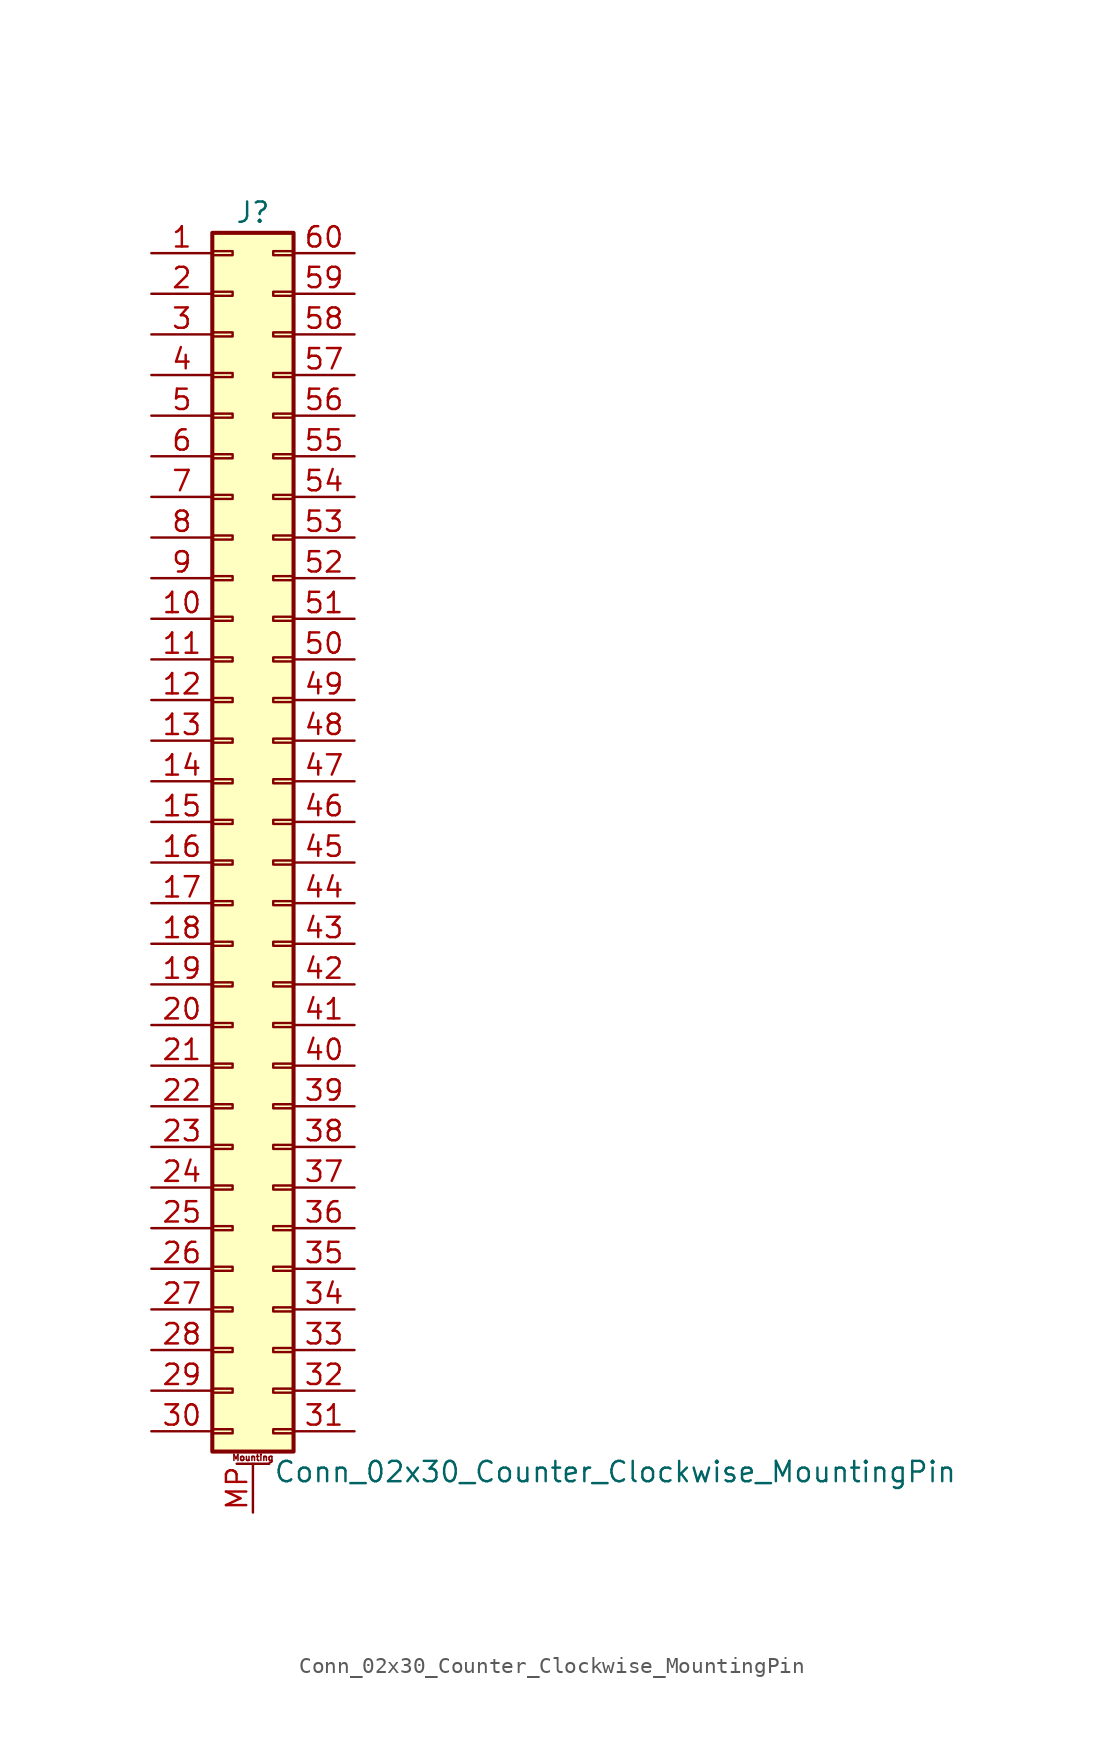
<source format=kicad_sym>
(kicad_symbol_lib
  (version 20201005)
  (generator kicad_symbol_editor)
  (symbol "Conn_02x30_Counter_Clockwise_MountingPin"
    (pin_names
      (offset 1.016) hide)
    (property "Reference" "J"
      (at 1.27 38.1 0)
      (effects (font (size 1.27 1.27))))
    (property "Value" "Conn_02x30_Counter_Clockwise_MountingPin"
      (at 2.54 -40.64 0)
      (effects (font (size 1.27 1.27)) (justify left)))
    (symbol "Conn_02x30_Counter_Clockwise_MountingPin_1_1"
      (text "Mounting" (at 1.27 -39.751 0) (effects (font (size 0.381 0.381))))
      (rectangle (start -1.27 -37.973) (end 0 -38.227) (stroke (width 0.152)) (fill (type none)))
      (rectangle (start -1.27 -35.433) (end 0 -35.687) (stroke (width 0.152)) (fill (type none)))
      (rectangle (start -1.27 -32.893) (end 0 -33.147) (stroke (width 0.152)) (fill (type none)))
      (rectangle (start -1.27 -30.353) (end 0 -30.607) (stroke (width 0.152)) (fill (type none)))
      (rectangle (start -1.27 -27.813) (end 0 -28.067) (stroke (width 0.152)) (fill (type none)))
      (rectangle (start -1.27 -25.273) (end 0 -25.527) (stroke (width 0.152)) (fill (type none)))
      (rectangle (start -1.27 -22.733) (end 0 -22.987) (stroke (width 0.152)) (fill (type none)))
      (rectangle (start -1.27 -20.193) (end 0 -20.447) (stroke (width 0.152)) (fill (type none)))
      (rectangle (start -1.27 -17.653) (end 0 -17.907) (stroke (width 0.152)) (fill (type none)))
      (rectangle (start -1.27 -15.113) (end 0 -15.367) (stroke (width 0.152)) (fill (type none)))
      (rectangle (start -1.27 -12.573) (end 0 -12.827) (stroke (width 0.152)) (fill (type none)))
      (rectangle (start -1.27 -10.033) (end 0 -10.287) (stroke (width 0.152)) (fill (type none)))
      (rectangle (start -1.27 -7.493) (end 0 -7.747) (stroke (width 0.152)) (fill (type none)))
      (rectangle (start -1.27 -4.953) (end 0 -5.207) (stroke (width 0.152)) (fill (type none)))
      (rectangle (start -1.27 -2.413) (end 0 -2.667) (stroke (width 0.152)) (fill (type none)))
      (rectangle (start -1.27 0.127) (end 0 -0.127) (stroke (width 0.152)) (fill (type none)))
      (rectangle (start -1.27 2.667) (end 0 2.413) (stroke (width 0.152)) (fill (type none)))
      (rectangle (start -1.27 5.207) (end 0 4.953) (stroke (width 0.152)) (fill (type none)))
      (rectangle (start -1.27 7.747) (end 0 7.493) (stroke (width 0.152)) (fill (type none)))
      (rectangle (start -1.27 10.287) (end 0 10.033) (stroke (width 0.152)) (fill (type none)))
      (rectangle (start -1.27 12.827) (end 0 12.573) (stroke (width 0.152)) (fill (type none)))
      (rectangle (start -1.27 15.367) (end 0 15.113) (stroke (width 0.152)) (fill (type none)))
      (rectangle (start -1.27 17.907) (end 0 17.653) (stroke (width 0.152)) (fill (type none)))
      (rectangle (start -1.27 20.447) (end 0 20.193) (stroke (width 0.152)) (fill (type none)))
      (rectangle (start -1.27 22.987) (end 0 22.733) (stroke (width 0.152)) (fill (type none)))
      (rectangle (start -1.27 25.527) (end 0 25.273) (stroke (width 0.152)) (fill (type none)))
      (rectangle (start -1.27 28.067) (end 0 27.813) (stroke (width 0.152)) (fill (type none)))
      (rectangle (start -1.27 30.607) (end 0 30.353) (stroke (width 0.152)) (fill (type none)))
      (rectangle (start -1.27 33.147) (end 0 32.893) (stroke (width 0.152)) (fill (type none)))
      (rectangle (start -1.27 35.687) (end 0 35.433) (stroke (width 0.152)) (fill (type none)))
      (rectangle (start 3.81 -37.973) (end 2.54 -38.227) (stroke (width 0.152)) (fill (type none)))
      (rectangle (start 3.81 -35.433) (end 2.54 -35.687) (stroke (width 0.152)) (fill (type none)))
      (rectangle (start 3.81 -32.893) (end 2.54 -33.147) (stroke (width 0.152)) (fill (type none)))
      (rectangle (start 3.81 -30.353) (end 2.54 -30.607) (stroke (width 0.152)) (fill (type none)))
      (rectangle (start 3.81 -27.813) (end 2.54 -28.067) (stroke (width 0.152)) (fill (type none)))
      (rectangle (start 3.81 -25.273) (end 2.54 -25.527) (stroke (width 0.152)) (fill (type none)))
      (rectangle (start 3.81 -22.733) (end 2.54 -22.987) (stroke (width 0.152)) (fill (type none)))
      (rectangle (start 3.81 -20.193) (end 2.54 -20.447) (stroke (width 0.152)) (fill (type none)))
      (rectangle (start 3.81 -17.653) (end 2.54 -17.907) (stroke (width 0.152)) (fill (type none)))
      (rectangle (start 3.81 -15.113) (end 2.54 -15.367) (stroke (width 0.152)) (fill (type none)))
      (rectangle (start 3.81 -12.573) (end 2.54 -12.827) (stroke (width 0.152)) (fill (type none)))
      (rectangle (start 3.81 -10.033) (end 2.54 -10.287) (stroke (width 0.152)) (fill (type none)))
      (rectangle (start 3.81 -7.493) (end 2.54 -7.747) (stroke (width 0.152)) (fill (type none)))
      (rectangle (start 3.81 -4.953) (end 2.54 -5.207) (stroke (width 0.152)) (fill (type none)))
      (rectangle (start 3.81 -2.413) (end 2.54 -2.667) (stroke (width 0.152)) (fill (type none)))
      (rectangle (start 3.81 0.127) (end 2.54 -0.127) (stroke (width 0.152)) (fill (type none)))
      (rectangle (start 3.81 2.667) (end 2.54 2.413) (stroke (width 0.152)) (fill (type none)))
      (rectangle (start 3.81 5.207) (end 2.54 4.953) (stroke (width 0.152)) (fill (type none)))
      (rectangle (start 3.81 7.747) (end 2.54 7.493) (stroke (width 0.152)) (fill (type none)))
      (rectangle (start 3.81 10.287) (end 2.54 10.033) (stroke (width 0.152)) (fill (type none)))
      (rectangle (start 3.81 12.827) (end 2.54 12.573) (stroke (width 0.152)) (fill (type none)))
      (rectangle (start 3.81 15.367) (end 2.54 15.113) (stroke (width 0.152)) (fill (type none)))
      (rectangle (start 3.81 17.907) (end 2.54 17.653) (stroke (width 0.152)) (fill (type none)))
      (rectangle (start 3.81 20.447) (end 2.54 20.193) (stroke (width 0.152)) (fill (type none)))
      (rectangle (start 3.81 22.987) (end 2.54 22.733) (stroke (width 0.152)) (fill (type none)))
      (rectangle (start 3.81 25.527) (end 2.54 25.273) (stroke (width 0.152)) (fill (type none)))
      (rectangle (start 3.81 28.067) (end 2.54 27.813) (stroke (width 0.152)) (fill (type none)))
      (rectangle (start 3.81 30.607) (end 2.54 30.353) (stroke (width 0.152)) (fill (type none)))
      (rectangle (start 3.81 33.147) (end 2.54 32.893) (stroke (width 0.152)) (fill (type none)))
      (rectangle (start 3.81 35.687) (end 2.54 35.433) (stroke (width 0.152)) (fill (type none)))
      (rectangle (start -1.27 36.83) (end 3.81 -39.37) (stroke (width 0.254)) (fill (type background)))
      (polyline (pts (xy 0.254 -40.132) (xy 2.286 -40.132)) (stroke (width 0.152)) (fill (type none)))
      (pin passive line (at -5.08 35.56 0) (length 3.81) (name "Pin_1" (effects (font (size 1.27 1.27)))) (number "1" (effects (font (size 1.27 1.27)))))
      (pin passive line (at -5.08 12.7 0) (length 3.81) (name "Pin_10" (effects (font (size 1.27 1.27)))) (number "10" (effects (font (size 1.27 1.27)))))
      (pin passive line (at -5.08 10.16 0) (length 3.81) (name "Pin_11" (effects (font (size 1.27 1.27)))) (number "11" (effects (font (size 1.27 1.27)))))
      (pin passive line (at -5.08 7.62 0) (length 3.81) (name "Pin_12" (effects (font (size 1.27 1.27)))) (number "12" (effects (font (size 1.27 1.27)))))
      (pin passive line (at -5.08 5.08 0) (length 3.81) (name "Pin_13" (effects (font (size 1.27 1.27)))) (number "13" (effects (font (size 1.27 1.27)))))
      (pin passive line (at -5.08 2.54 0) (length 3.81) (name "Pin_14" (effects (font (size 1.27 1.27)))) (number "14" (effects (font (size 1.27 1.27)))))
      (pin passive line (at -5.08 0 0) (length 3.81) (name "Pin_15" (effects (font (size 1.27 1.27)))) (number "15" (effects (font (size 1.27 1.27)))))
      (pin passive line (at -5.08 -2.54 0) (length 3.81) (name "Pin_16" (effects (font (size 1.27 1.27)))) (number "16" (effects (font (size 1.27 1.27)))))
      (pin passive line (at -5.08 -5.08 0) (length 3.81) (name "Pin_17" (effects (font (size 1.27 1.27)))) (number "17" (effects (font (size 1.27 1.27)))))
      (pin passive line (at -5.08 -7.62 0) (length 3.81) (name "Pin_18" (effects (font (size 1.27 1.27)))) (number "18" (effects (font (size 1.27 1.27)))))
      (pin passive line (at -5.08 -10.16 0) (length 3.81) (name "Pin_19" (effects (font (size 1.27 1.27)))) (number "19" (effects (font (size 1.27 1.27)))))
      (pin passive line (at -5.08 33.02 0) (length 3.81) (name "Pin_2" (effects (font (size 1.27 1.27)))) (number "2" (effects (font (size 1.27 1.27)))))
      (pin passive line (at -5.08 -12.7 0) (length 3.81) (name "Pin_20" (effects (font (size 1.27 1.27)))) (number "20" (effects (font (size 1.27 1.27)))))
      (pin passive line (at -5.08 -15.24 0) (length 3.81) (name "Pin_21" (effects (font (size 1.27 1.27)))) (number "21" (effects (font (size 1.27 1.27)))))
      (pin passive line (at -5.08 -17.78 0) (length 3.81) (name "Pin_22" (effects (font (size 1.27 1.27)))) (number "22" (effects (font (size 1.27 1.27)))))
      (pin passive line (at -5.08 -20.32 0) (length 3.81) (name "Pin_23" (effects (font (size 1.27 1.27)))) (number "23" (effects (font (size 1.27 1.27)))))
      (pin passive line (at -5.08 -22.86 0) (length 3.81) (name "Pin_24" (effects (font (size 1.27 1.27)))) (number "24" (effects (font (size 1.27 1.27)))))
      (pin passive line (at -5.08 -25.4 0) (length 3.81) (name "Pin_25" (effects (font (size 1.27 1.27)))) (number "25" (effects (font (size 1.27 1.27)))))
      (pin passive line (at -5.08 -27.94 0) (length 3.81) (name "Pin_26" (effects (font (size 1.27 1.27)))) (number "26" (effects (font (size 1.27 1.27)))))
      (pin passive line (at -5.08 -30.48 0) (length 3.81) (name "Pin_27" (effects (font (size 1.27 1.27)))) (number "27" (effects (font (size 1.27 1.27)))))
      (pin passive line (at -5.08 -33.02 0) (length 3.81) (name "Pin_28" (effects (font (size 1.27 1.27)))) (number "28" (effects (font (size 1.27 1.27)))))
      (pin passive line (at -5.08 -35.56 0) (length 3.81) (name "Pin_29" (effects (font (size 1.27 1.27)))) (number "29" (effects (font (size 1.27 1.27)))))
      (pin passive line (at -5.08 30.48 0) (length 3.81) (name "Pin_3" (effects (font (size 1.27 1.27)))) (number "3" (effects (font (size 1.27 1.27)))))
      (pin passive line (at -5.08 -38.1 0) (length 3.81) (name "Pin_30" (effects (font (size 1.27 1.27)))) (number "30" (effects (font (size 1.27 1.27)))))
      (pin passive line (at 7.62 -38.1 180) (length 3.81) (name "Pin_31" (effects (font (size 1.27 1.27)))) (number "31" (effects (font (size 1.27 1.27)))))
      (pin passive line (at 7.62 -35.56 180) (length 3.81) (name "Pin_32" (effects (font (size 1.27 1.27)))) (number "32" (effects (font (size 1.27 1.27)))))
      (pin passive line (at 7.62 -33.02 180) (length 3.81) (name "Pin_33" (effects (font (size 1.27 1.27)))) (number "33" (effects (font (size 1.27 1.27)))))
      (pin passive line (at 7.62 -30.48 180) (length 3.81) (name "Pin_34" (effects (font (size 1.27 1.27)))) (number "34" (effects (font (size 1.27 1.27)))))
      (pin passive line (at 7.62 -27.94 180) (length 3.81) (name "Pin_35" (effects (font (size 1.27 1.27)))) (number "35" (effects (font (size 1.27 1.27)))))
      (pin passive line (at 7.62 -25.4 180) (length 3.81) (name "Pin_36" (effects (font (size 1.27 1.27)))) (number "36" (effects (font (size 1.27 1.27)))))
      (pin passive line (at 7.62 -22.86 180) (length 3.81) (name "Pin_37" (effects (font (size 1.27 1.27)))) (number "37" (effects (font (size 1.27 1.27)))))
      (pin passive line (at 7.62 -20.32 180) (length 3.81) (name "Pin_38" (effects (font (size 1.27 1.27)))) (number "38" (effects (font (size 1.27 1.27)))))
      (pin passive line (at 7.62 -17.78 180) (length 3.81) (name "Pin_39" (effects (font (size 1.27 1.27)))) (number "39" (effects (font (size 1.27 1.27)))))
      (pin passive line (at -5.08 27.94 0) (length 3.81) (name "Pin_4" (effects (font (size 1.27 1.27)))) (number "4" (effects (font (size 1.27 1.27)))))
      (pin passive line (at 7.62 -15.24 180) (length 3.81) (name "Pin_40" (effects (font (size 1.27 1.27)))) (number "40" (effects (font (size 1.27 1.27)))))
      (pin passive line (at 7.62 -12.7 180) (length 3.81) (name "Pin_41" (effects (font (size 1.27 1.27)))) (number "41" (effects (font (size 1.27 1.27)))))
      (pin passive line (at 7.62 -10.16 180) (length 3.81) (name "Pin_42" (effects (font (size 1.27 1.27)))) (number "42" (effects (font (size 1.27 1.27)))))
      (pin passive line (at 7.62 -7.62 180) (length 3.81) (name "Pin_43" (effects (font (size 1.27 1.27)))) (number "43" (effects (font (size 1.27 1.27)))))
      (pin passive line (at 7.62 -5.08 180) (length 3.81) (name "Pin_44" (effects (font (size 1.27 1.27)))) (number "44" (effects (font (size 1.27 1.27)))))
      (pin passive line (at 7.62 -2.54 180) (length 3.81) (name "Pin_45" (effects (font (size 1.27 1.27)))) (number "45" (effects (font (size 1.27 1.27)))))
      (pin passive line (at 7.62 0 180) (length 3.81) (name "Pin_46" (effects (font (size 1.27 1.27)))) (number "46" (effects (font (size 1.27 1.27)))))
      (pin passive line (at 7.62 2.54 180) (length 3.81) (name "Pin_47" (effects (font (size 1.27 1.27)))) (number "47" (effects (font (size 1.27 1.27)))))
      (pin passive line (at 7.62 5.08 180) (length 3.81) (name "Pin_48" (effects (font (size 1.27 1.27)))) (number "48" (effects (font (size 1.27 1.27)))))
      (pin passive line (at 7.62 7.62 180) (length 3.81) (name "Pin_49" (effects (font (size 1.27 1.27)))) (number "49" (effects (font (size 1.27 1.27)))))
      (pin passive line (at -5.08 25.4 0) (length 3.81) (name "Pin_5" (effects (font (size 1.27 1.27)))) (number "5" (effects (font (size 1.27 1.27)))))
      (pin passive line (at 7.62 10.16 180) (length 3.81) (name "Pin_50" (effects (font (size 1.27 1.27)))) (number "50" (effects (font (size 1.27 1.27)))))
      (pin passive line (at 7.62 12.7 180) (length 3.81) (name "Pin_51" (effects (font (size 1.27 1.27)))) (number "51" (effects (font (size 1.27 1.27)))))
      (pin passive line (at 7.62 15.24 180) (length 3.81) (name "Pin_52" (effects (font (size 1.27 1.27)))) (number "52" (effects (font (size 1.27 1.27)))))
      (pin passive line (at 7.62 17.78 180) (length 3.81) (name "Pin_53" (effects (font (size 1.27 1.27)))) (number "53" (effects (font (size 1.27 1.27)))))
      (pin passive line (at 7.62 20.32 180) (length 3.81) (name "Pin_54" (effects (font (size 1.27 1.27)))) (number "54" (effects (font (size 1.27 1.27)))))
      (pin passive line (at 7.62 22.86 180) (length 3.81) (name "Pin_55" (effects (font (size 1.27 1.27)))) (number "55" (effects (font (size 1.27 1.27)))))
      (pin passive line (at 7.62 25.4 180) (length 3.81) (name "Pin_56" (effects (font (size 1.27 1.27)))) (number "56" (effects (font (size 1.27 1.27)))))
      (pin passive line (at 7.62 27.94 180) (length 3.81) (name "Pin_57" (effects (font (size 1.27 1.27)))) (number "57" (effects (font (size 1.27 1.27)))))
      (pin passive line (at 7.62 30.48 180) (length 3.81) (name "Pin_58" (effects (font (size 1.27 1.27)))) (number "58" (effects (font (size 1.27 1.27)))))
      (pin passive line (at 7.62 33.02 180) (length 3.81) (name "Pin_59" (effects (font (size 1.27 1.27)))) (number "59" (effects (font (size 1.27 1.27)))))
      (pin passive line (at -5.08 22.86 0) (length 3.81) (name "Pin_6" (effects (font (size 1.27 1.27)))) (number "6" (effects (font (size 1.27 1.27)))))
      (pin passive line (at 7.62 35.56 180) (length 3.81) (name "Pin_60" (effects (font (size 1.27 1.27)))) (number "60" (effects (font (size 1.27 1.27)))))
      (pin passive line (at -5.08 20.32 0) (length 3.81) (name "Pin_7" (effects (font (size 1.27 1.27)))) (number "7" (effects (font (size 1.27 1.27)))))
      (pin passive line (at -5.08 17.78 0) (length 3.81) (name "Pin_8" (effects (font (size 1.27 1.27)))) (number "8" (effects (font (size 1.27 1.27)))))
      (pin passive line (at -5.08 15.24 0) (length 3.81) (name "Pin_9" (effects (font (size 1.27 1.27)))) (number "9" (effects (font (size 1.27 1.27)))))
      (pin passive line (at 1.27 -43.18 90) (length 3.048) (name "MountPin" (effects (font (size 1.27 1.27)))) (number "MP" (effects (font (size 1.27 1.27))))))))
</source>
